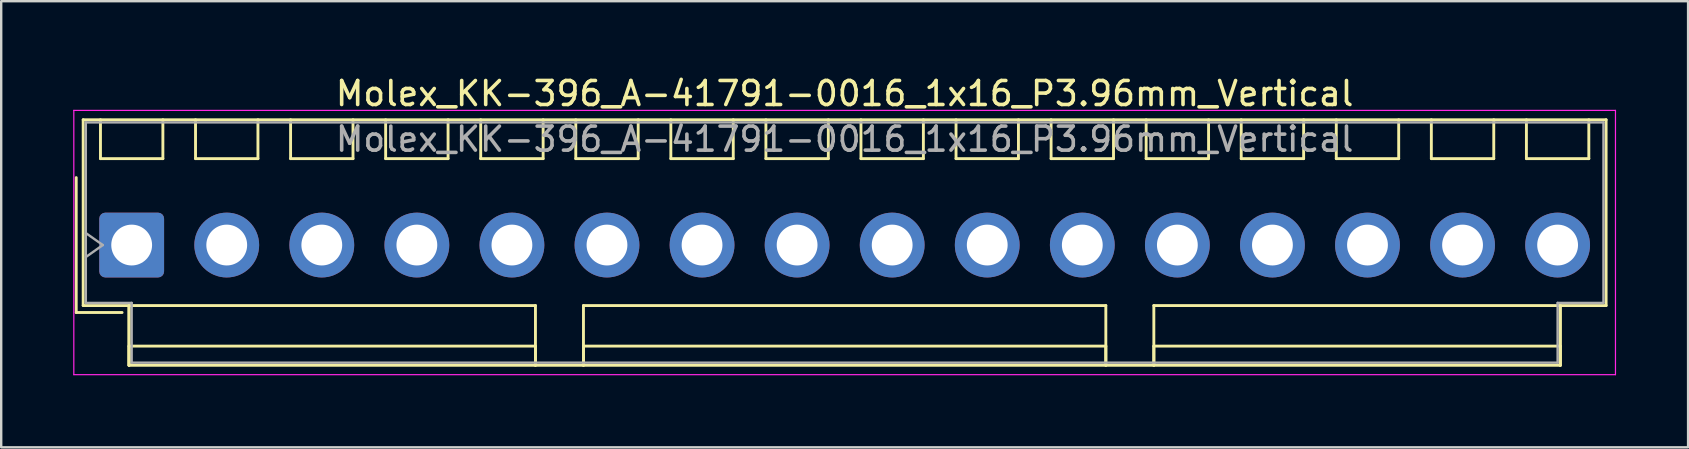
<source format=kicad_pcb>
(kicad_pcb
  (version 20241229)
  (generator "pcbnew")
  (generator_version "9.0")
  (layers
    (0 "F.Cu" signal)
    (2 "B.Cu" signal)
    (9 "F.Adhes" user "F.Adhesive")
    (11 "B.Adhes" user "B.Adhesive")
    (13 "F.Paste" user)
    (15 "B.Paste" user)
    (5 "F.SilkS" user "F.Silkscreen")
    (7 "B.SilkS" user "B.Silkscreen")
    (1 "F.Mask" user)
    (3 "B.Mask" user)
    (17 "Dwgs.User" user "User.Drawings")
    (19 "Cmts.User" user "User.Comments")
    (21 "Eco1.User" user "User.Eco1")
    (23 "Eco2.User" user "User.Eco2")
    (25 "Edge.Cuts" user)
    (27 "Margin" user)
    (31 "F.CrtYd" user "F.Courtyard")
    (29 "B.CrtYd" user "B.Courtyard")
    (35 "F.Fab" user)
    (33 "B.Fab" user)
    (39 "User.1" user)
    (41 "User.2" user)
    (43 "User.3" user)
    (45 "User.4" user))
  (footprint "Molex_KK-396_A-41791-0016_1x16_P3.96mm_Vertical"
    (layer "F.Cu")
    (at 2.435 7.158)
    (property "Reference" "Molex_KK-396_A-41791-0016_1x16_P3.96mm_Vertical" (at 29.7 -6.31 0) (layer "F.SilkS") (effects (font (size 1 1) (thickness 0.15))))
    (attr through_hole)
    (fp_line (start -2.31 -2.81) (end -2.31 2.81) (stroke (width 0.12) (type solid)) (layer "F.SilkS"))
    (fp_line (start -2.31 2.81) (end -0.4 2.81) (stroke (width 0.12) (type solid)) (layer "F.SilkS"))
    (fp_line (start -2.02 -5.22) (end 61.42 -5.22) (stroke (width 0.12) (type solid)) (layer "F.SilkS"))
    (fp_line (start -2.02 2.52) (end -2.02 -5.22) (stroke (width 0.12) (type solid)) (layer "F.SilkS"))
    (fp_line (start -1.3 -5.22) (end -1.3 -3.6) (stroke (width 0.12) (type solid)) (layer "F.SilkS"))
    (fp_line (start -1.3 -3.6) (end 1.3 -3.6) (stroke (width 0.12) (type solid)) (layer "F.SilkS"))
    (fp_line (start -0.11 2.52) (end -2.02 2.52) (stroke (width 0.12) (type solid)) (layer "F.SilkS"))
    (fp_line (start -0.11 2.52) (end 16.82 2.52) (stroke (width 0.12) (type solid)) (layer "F.SilkS"))
    (fp_line (start -0.11 4.21) (end 16.82 4.21) (stroke (width 0.12) (type solid)) (layer "F.SilkS"))
    (fp_line (start -0.11 5.01) (end -0.11 2.52) (stroke (width 0.12) (type solid)) (layer "F.SilkS"))
    (fp_line (start -0.11 5.01) (end -0.11 2.52) (stroke (width 0.12) (type solid)) (layer "F.SilkS"))
    (fp_line (start -0.11 5.01) (end -0.11 4.21) (stroke (width 0.12) (type solid)) (layer "F.SilkS"))
    (fp_line (start 1.3 -3.6) (end 1.3 -5.22) (stroke (width 0.12) (type solid)) (layer "F.SilkS"))
    (fp_line (start 2.66 -5.22) (end 2.66 -3.6) (stroke (width 0.12) (type solid)) (layer "F.SilkS"))
    (fp_line (start 2.66 -3.6) (end 5.26 -3.6) (stroke (width 0.12) (type solid)) (layer "F.SilkS"))
    (fp_line (start 5.26 -3.6) (end 5.26 -5.22) (stroke (width 0.12) (type solid)) (layer "F.SilkS"))
    (fp_line (start 6.62 -5.22) (end 6.62 -3.6) (stroke (width 0.12) (type solid)) (layer "F.SilkS"))
    (fp_line (start 6.62 -3.6) (end 9.22 -3.6) (stroke (width 0.12) (type solid)) (layer "F.SilkS"))
    (fp_line (start 9.22 -3.6) (end 9.22 -5.22) (stroke (width 0.12) (type solid)) (layer "F.SilkS"))
    (fp_line (start 10.58 -5.22) (end 10.58 -3.6) (stroke (width 0.12) (type solid)) (layer "F.SilkS"))
    (fp_line (start 10.58 -3.6) (end 13.18 -3.6) (stroke (width 0.12) (type solid)) (layer "F.SilkS"))
    (fp_line (start 13.18 -3.6) (end 13.18 -5.22) (stroke (width 0.12) (type solid)) (layer "F.SilkS"))
    (fp_line (start 14.54 -5.22) (end 14.54 -3.6) (stroke (width 0.12) (type solid)) (layer "F.SilkS"))
    (fp_line (start 14.54 -3.6) (end 17.14 -3.6) (stroke (width 0.12) (type solid)) (layer "F.SilkS"))
    (fp_line (start 16.82 2.52) (end 16.82 5.01) (stroke (width 0.12) (type solid)) (layer "F.SilkS"))
    (fp_line (start 16.82 4.21) (end 16.82 5.01) (stroke (width 0.12) (type solid)) (layer "F.SilkS"))
    (fp_line (start 17.14 -3.6) (end 17.14 -5.22) (stroke (width 0.12) (type solid)) (layer "F.SilkS"))
    (fp_line (start 18.5 -5.22) (end 18.5 -3.6) (stroke (width 0.12) (type solid)) (layer "F.SilkS"))
    (fp_line (start 18.5 -3.6) (end 21.1 -3.6) (stroke (width 0.12) (type solid)) (layer "F.SilkS"))
    (fp_line (start 18.82 2.52) (end 40.58 2.52) (stroke (width 0.12) (type solid)) (layer "F.SilkS"))
    (fp_line (start 18.82 4.21) (end 40.58 4.21) (stroke (width 0.12) (type solid)) (layer "F.SilkS"))
    (fp_line (start 18.82 5.01) (end 18.82 2.52) (stroke (width 0.12) (type solid)) (layer "F.SilkS"))
    (fp_line (start 18.82 5.01) (end 18.82 4.21) (stroke (width 0.12) (type solid)) (layer "F.SilkS"))
    (fp_line (start 21.1 -3.6) (end 21.1 -5.22) (stroke (width 0.12) (type solid)) (layer "F.SilkS"))
    (fp_line (start 22.46 -5.22) (end 22.46 -3.6) (stroke (width 0.12) (type solid)) (layer "F.SilkS"))
    (fp_line (start 22.46 -3.6) (end 25.06 -3.6) (stroke (width 0.12) (type solid)) (layer "F.SilkS"))
    (fp_line (start 25.06 -3.6) (end 25.06 -5.22) (stroke (width 0.12) (type solid)) (layer "F.SilkS"))
    (fp_line (start 26.42 -5.22) (end 26.42 -3.6) (stroke (width 0.12) (type solid)) (layer "F.SilkS"))
    (fp_line (start 26.42 -3.6) (end 29.02 -3.6) (stroke (width 0.12) (type solid)) (layer "F.SilkS"))
    (fp_line (start 29.02 -3.6) (end 29.02 -5.22) (stroke (width 0.12) (type solid)) (layer "F.SilkS"))
    (fp_line (start 30.38 -5.22) (end 30.38 -3.6) (stroke (width 0.12) (type solid)) (layer "F.SilkS"))
    (fp_line (start 30.38 -3.6) (end 32.98 -3.6) (stroke (width 0.12) (type solid)) (layer "F.SilkS"))
    (fp_line (start 32.98 -3.6) (end 32.98 -5.22) (stroke (width 0.12) (type solid)) (layer "F.SilkS"))
    (fp_line (start 34.34 -5.22) (end 34.34 -3.6) (stroke (width 0.12) (type solid)) (layer "F.SilkS"))
    (fp_line (start 34.34 -3.6) (end 36.94 -3.6) (stroke (width 0.12) (type solid)) (layer "F.SilkS"))
    (fp_line (start 36.94 -3.6) (end 36.94 -5.22) (stroke (width 0.12) (type solid)) (layer "F.SilkS"))
    (fp_line (start 38.3 -5.22) (end 38.3 -3.6) (stroke (width 0.12) (type solid)) (layer "F.SilkS"))
    (fp_line (start 38.3 -3.6) (end 40.9 -3.6) (stroke (width 0.12) (type solid)) (layer "F.SilkS"))
    (fp_line (start 40.58 2.52) (end 40.58 5.01) (stroke (width 0.12) (type solid)) (layer "F.SilkS"))
    (fp_line (start 40.58 4.21) (end 40.58 5.01) (stroke (width 0.12) (type solid)) (layer "F.SilkS"))
    (fp_line (start 40.9 -3.6) (end 40.9 -5.22) (stroke (width 0.12) (type solid)) (layer "F.SilkS"))
    (fp_line (start 42.26 -5.22) (end 42.26 -3.6) (stroke (width 0.12) (type solid)) (layer "F.SilkS"))
    (fp_line (start 42.26 -3.6) (end 44.86 -3.6) (stroke (width 0.12) (type solid)) (layer "F.SilkS"))
    (fp_line (start 42.58 2.52) (end 42.58 5.01) (stroke (width 0.12) (type solid)) (layer "F.SilkS"))
    (fp_line (start 42.58 4.21) (end 42.58 5.01) (stroke (width 0.12) (type solid)) (layer "F.SilkS"))
    (fp_line (start 44.86 -3.6) (end 44.86 -5.22) (stroke (width 0.12) (type solid)) (layer "F.SilkS"))
    (fp_line (start 46.22 -5.22) (end 46.22 -3.6) (stroke (width 0.12) (type solid)) (layer "F.SilkS"))
    (fp_line (start 46.22 -3.6) (end 48.82 -3.6) (stroke (width 0.12) (type solid)) (layer "F.SilkS"))
    (fp_line (start 48.82 -3.6) (end 48.82 -5.22) (stroke (width 0.12) (type solid)) (layer "F.SilkS"))
    (fp_line (start 50.18 -5.22) (end 50.18 -3.6) (stroke (width 0.12) (type solid)) (layer "F.SilkS"))
    (fp_line (start 50.18 -3.6) (end 52.78 -3.6) (stroke (width 0.12) (type solid)) (layer "F.SilkS"))
    (fp_line (start 52.78 -3.6) (end 52.78 -5.22) (stroke (width 0.12) (type solid)) (layer "F.SilkS"))
    (fp_line (start 54.14 -5.22) (end 54.14 -3.6) (stroke (width 0.12) (type solid)) (layer "F.SilkS"))
    (fp_line (start 54.14 -3.6) (end 56.74 -3.6) (stroke (width 0.12) (type solid)) (layer "F.SilkS"))
    (fp_line (start 56.74 -3.6) (end 56.74 -5.22) (stroke (width 0.12) (type solid)) (layer "F.SilkS"))
    (fp_line (start 58.1 -5.22) (end 58.1 -3.6) (stroke (width 0.12) (type solid)) (layer "F.SilkS"))
    (fp_line (start 58.1 -3.6) (end 60.7 -3.6) (stroke (width 0.12) (type solid)) (layer "F.SilkS"))
    (fp_line (start 59.51 2.52) (end 42.58 2.52) (stroke (width 0.12) (type solid)) (layer "F.SilkS"))
    (fp_line (start 59.51 2.52) (end 59.51 5.01) (stroke (width 0.12) (type solid)) (layer "F.SilkS"))
    (fp_line (start 59.51 4.21) (end 42.58 4.21) (stroke (width 0.12) (type solid)) (layer "F.SilkS"))
    (fp_line (start 59.51 5.01) (end -0.11 5.01) (stroke (width 0.12) (type solid)) (layer "F.SilkS"))
    (fp_line (start 59.51 5.01) (end 59.51 2.52) (stroke (width 0.12) (type solid)) (layer "F.SilkS"))
    (fp_line (start 59.51 5.01) (end 59.51 4.21) (stroke (width 0.12) (type solid)) (layer "F.SilkS"))
    (fp_line (start 60.7 -3.6) (end 60.7 -5.22) (stroke (width 0.12) (type solid)) (layer "F.SilkS"))
    (fp_line (start 61.42 -5.22) (end 61.42 2.52) (stroke (width 0.12) (type solid)) (layer "F.SilkS"))
    (fp_line (start 61.42 2.52) (end 59.51 2.52) (stroke (width 0.12) (type solid)) (layer "F.SilkS"))
    (fp_line (start -2.41 -5.61) (end -2.41 5.4) (stroke (width 0.05) (type solid)) (layer "F.CrtYd"))
    (fp_line (start -2.41 5.4) (end 61.81 5.4) (stroke (width 0.05) (type solid)) (layer "F.CrtYd"))
    (fp_line (start 61.81 -5.61) (end -2.41 -5.61) (stroke (width 0.05) (type solid)) (layer "F.CrtYd"))
    (fp_line (start 61.81 5.4) (end 61.81 -5.61) (stroke (width 0.05) (type solid)) (layer "F.CrtYd"))
    (fp_line (start -1.91 -5.11) (end 61.31 -5.11) (stroke (width 0.1) (type solid)) (layer "F.Fab"))
    (fp_line (start -1.91 -0.5) (end -1.203 0) (stroke (width 0.1) (type solid)) (layer "F.Fab"))
    (fp_line (start -1.91 2.41) (end -1.91 -5.11) (stroke (width 0.1) (type solid)) (layer "F.Fab"))
    (fp_line (start -1.203 0) (end -1.91 0.5) (stroke (width 0.1) (type solid)) (layer "F.Fab"))
    (fp_line (start 0 2.41) (end -1.91 2.41) (stroke (width 0.1) (type solid)) (layer "F.Fab"))
    (fp_line (start 0 4.9) (end 0 2.41) (stroke (width 0.1) (type solid)) (layer "F.Fab"))
    (fp_line (start 59.4 2.41) (end 59.4 4.9) (stroke (width 0.1) (type solid)) (layer "F.Fab"))
    (fp_line (start 59.4 4.9) (end 0 4.9) (stroke (width 0.1) (type solid)) (layer "F.Fab"))
    (fp_line (start 61.31 -5.11) (end 61.31 2.41) (stroke (width 0.1) (type solid)) (layer "F.Fab"))
    (fp_line (start 61.31 2.41) (end 59.4 2.41) (stroke (width 0.1) (type solid)) (layer "F.Fab"))
    (fp_text user "${REFERENCE}" (at 29.7 -4.41 0) (layer "F.Fab") (effects (font (size 1 1) (thickness 0.15))))
    (pad "1" thru_hole roundrect (at 0 0) (size 2.7 2.7) (drill 1.7) (layers "*.Cu" "*.Mask") (roundrect_rratio 0.093))
    (pad "2" thru_hole circle (at 3.96 0) (size 2.7 2.7) (drill 1.7) (layers "*.Cu" "*.Mask"))
    (pad "3" thru_hole circle (at 7.92 0) (size 2.7 2.7) (drill 1.7) (layers "*.Cu" "*.Mask"))
    (pad "4" thru_hole circle (at 11.88 0) (size 2.7 2.7) (drill 1.7) (layers "*.Cu" "*.Mask"))
    (pad "5" thru_hole circle (at 15.84 0) (size 2.7 2.7) (drill 1.7) (layers "*.Cu" "*.Mask"))
    (pad "6" thru_hole circle (at 19.8 0) (size 2.7 2.7) (drill 1.7) (layers "*.Cu" "*.Mask"))
    (pad "7" thru_hole circle (at 23.76 0) (size 2.7 2.7) (drill 1.7) (layers "*.Cu" "*.Mask"))
    (pad "8" thru_hole circle (at 27.72 0) (size 2.7 2.7) (drill 1.7) (layers "*.Cu" "*.Mask"))
    (pad "9" thru_hole circle (at 31.68 0) (size 2.7 2.7) (drill 1.7) (layers "*.Cu" "*.Mask"))
    (pad "10" thru_hole circle (at 35.64 0) (size 2.7 2.7) (drill 1.7) (layers "*.Cu" "*.Mask"))
    (pad "11" thru_hole circle (at 39.6 0) (size 2.7 2.7) (drill 1.7) (layers "*.Cu" "*.Mask"))
    (pad "12" thru_hole circle (at 43.56 0) (size 2.7 2.7) (drill 1.7) (layers "*.Cu" "*.Mask"))
    (pad "13" thru_hole circle (at 47.52 0) (size 2.7 2.7) (drill 1.7) (layers "*.Cu" "*.Mask"))
    (pad "14" thru_hole circle (at 51.48 0) (size 2.7 2.7) (drill 1.7) (layers "*.Cu" "*.Mask"))
    (pad "15" thru_hole circle (at 55.44 0) (size 2.7 2.7) (drill 1.7) (layers "*.Cu" "*.Mask"))
    (pad "16" thru_hole circle (at 59.4 0) (size 2.7 2.7) (drill 1.7) (layers "*.Cu" "*.Mask")))
  (gr_rect
    (start -3 -3)
    (end 67.27 15.583)
    (stroke (width 0.1) (type default))
    (fill no)
    (layer "Edge.Cuts")))
</source>
